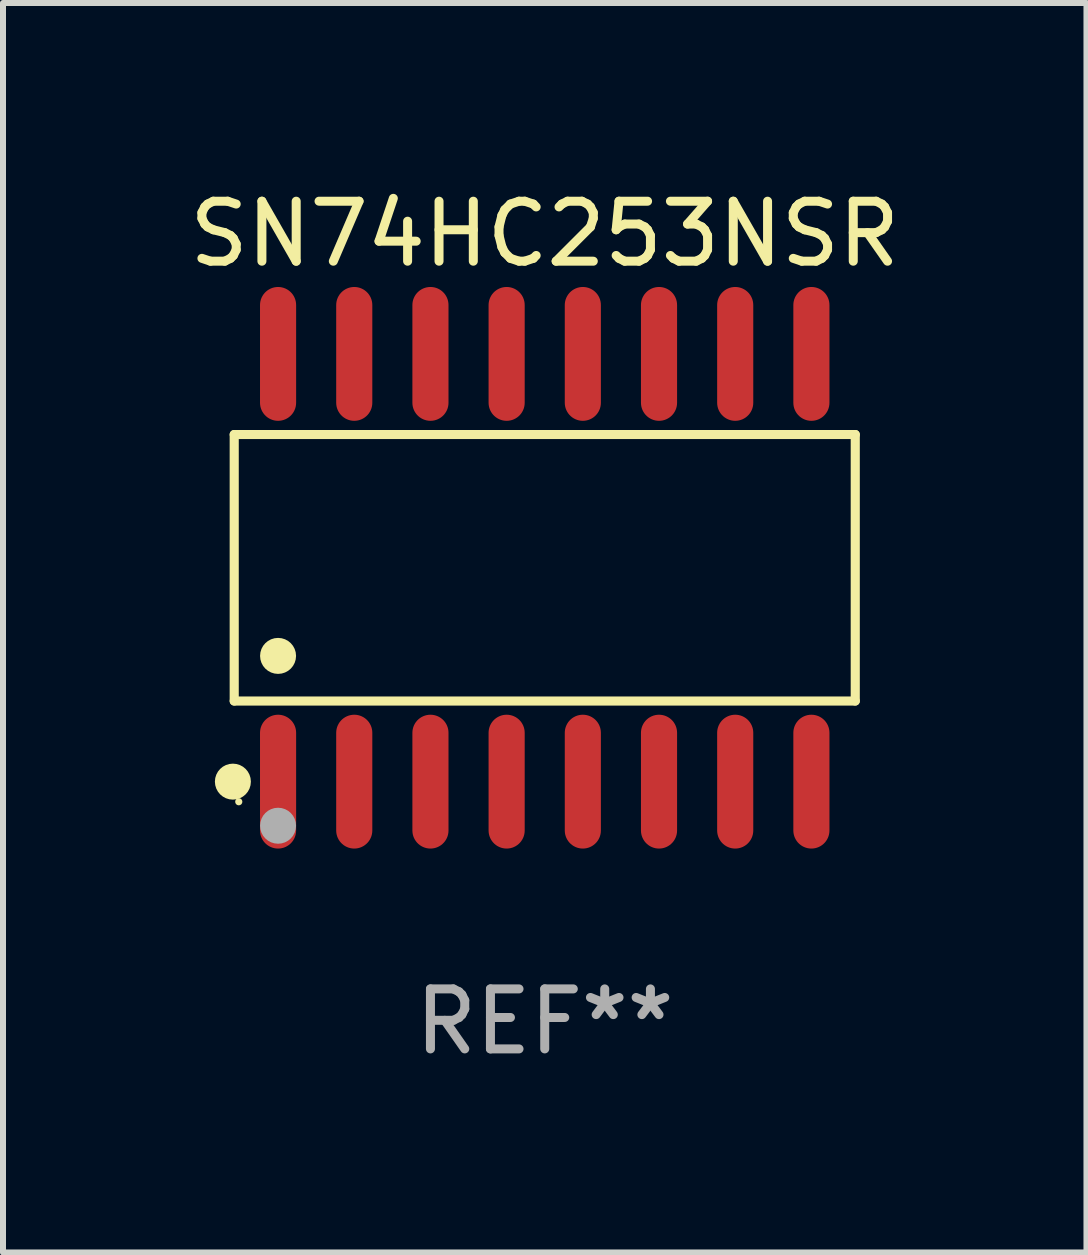
<source format=kicad_pcb>
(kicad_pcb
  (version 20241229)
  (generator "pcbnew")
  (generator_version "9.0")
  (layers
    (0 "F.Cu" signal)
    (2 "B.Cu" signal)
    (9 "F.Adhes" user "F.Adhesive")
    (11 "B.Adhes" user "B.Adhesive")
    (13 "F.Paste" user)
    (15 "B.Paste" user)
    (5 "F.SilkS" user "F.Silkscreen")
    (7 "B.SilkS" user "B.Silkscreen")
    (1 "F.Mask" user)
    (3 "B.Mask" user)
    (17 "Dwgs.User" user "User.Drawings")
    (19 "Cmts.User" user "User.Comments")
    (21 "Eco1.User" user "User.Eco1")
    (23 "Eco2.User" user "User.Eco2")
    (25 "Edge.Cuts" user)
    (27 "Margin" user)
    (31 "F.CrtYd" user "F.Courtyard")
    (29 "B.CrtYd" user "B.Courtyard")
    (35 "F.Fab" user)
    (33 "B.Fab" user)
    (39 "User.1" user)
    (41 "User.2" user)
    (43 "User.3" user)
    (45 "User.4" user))
  (footprint "SN74HC253NSR"
    (layer "F.Cu")
    (at 6.03 6.414)
    (property "Reference" "SN74HC253NSR" (at 0 -5.565 0) (layer "F.SilkS") (effects (font (size 1 1) (thickness 0.15))))
    (attr through_hole)
    (fp_line (start -5.176 -2.221) (end 5.176 -2.221) (stroke (width 0.152) (type solid)) (layer "F.SilkS"))
    (fp_line (start -5.176 2.221) (end -5.176 -2.221) (stroke (width 0.152) (type solid)) (layer "F.SilkS"))
    (fp_line (start 5.176 -2.221) (end 5.176 2.221) (stroke (width 0.152) (type solid)) (layer "F.SilkS"))
    (fp_line (start 5.176 2.221) (end -5.176 2.221) (stroke (width 0.152) (type solid)) (layer "F.SilkS"))
    (fp_circle (center -5.198 3.565) (end -5.048 3.565) (stroke (width 0.3) (type solid)) (fill no) (layer "F.SilkS"))
    (fp_circle (center -5.1 3.9) (end -5.07 3.9) (stroke (width 0.06) (type solid)) (fill no) (layer "F.SilkS"))
    (fp_circle (center -4.445 1.469) (end -4.295 1.469) (stroke (width 0.3) (type solid)) (fill no) (layer "F.SilkS"))
    (fp_circle (center -4.445 4.3) (end -4.295 4.3) (stroke (width 0.3) (type solid)) (fill no) (layer "F.Fab"))
    (fp_text user "REF**" (at 0 7.565 0) (layer "F.Fab") (effects (font (size 1 1) (thickness 0.15))))
    (pad "1" smd oval (at -4.445 3.565) (size 0.602 2.231) (layers "F.Cu" "F.Mask" "F.Paste"))
    (pad "2" smd oval (at -3.175 3.565) (size 0.602 2.231) (layers "F.Cu" "F.Mask" "F.Paste"))
    (pad "3" smd oval (at -1.905 3.565) (size 0.602 2.231) (layers "F.Cu" "F.Mask" "F.Paste"))
    (pad "4" smd oval (at -0.635 3.565) (size 0.602 2.231) (layers "F.Cu" "F.Mask" "F.Paste"))
    (pad "5" smd oval (at 0.635 3.565) (size 0.602 2.231) (layers "F.Cu" "F.Mask" "F.Paste"))
    (pad "6" smd oval (at 1.905 3.565) (size 0.602 2.231) (layers "F.Cu" "F.Mask" "F.Paste"))
    (pad "7" smd oval (at 3.175 3.565) (size 0.602 2.231) (layers "F.Cu" "F.Mask" "F.Paste"))
    (pad "8" smd oval (at 4.445 3.565) (size 0.602 2.231) (layers "F.Cu" "F.Mask" "F.Paste"))
    (pad "9" smd oval (at 4.445 -3.565) (size 0.602 2.231) (layers "F.Cu" "F.Mask" "F.Paste"))
    (pad "10" smd oval (at 3.175 -3.565) (size 0.602 2.231) (layers "F.Cu" "F.Mask" "F.Paste"))
    (pad "11" smd oval (at 1.905 -3.565) (size 0.602 2.231) (layers "F.Cu" "F.Mask" "F.Paste"))
    (pad "12" smd oval (at 0.635 -3.565) (size 0.602 2.231) (layers "F.Cu" "F.Mask" "F.Paste"))
    (pad "13" smd oval (at -0.635 -3.565) (size 0.602 2.231) (layers "F.Cu" "F.Mask" "F.Paste"))
    (pad "14" smd oval (at -1.905 -3.565) (size 0.602 2.231) (layers "F.Cu" "F.Mask" "F.Paste"))
    (pad "15" smd oval (at -3.175 -3.565) (size 0.602 2.231) (layers "F.Cu" "F.Mask" "F.Paste"))
    (pad "16" smd oval (at -4.445 -3.565) (size 0.602 2.231) (layers "F.Cu" "F.Mask" "F.Paste")))
  (gr_rect
    (start -3 -3)
    (end 15.06 17.827)
    (stroke (width 0.1) (type default))
    (fill no)
    (layer "Edge.Cuts")))
</source>
